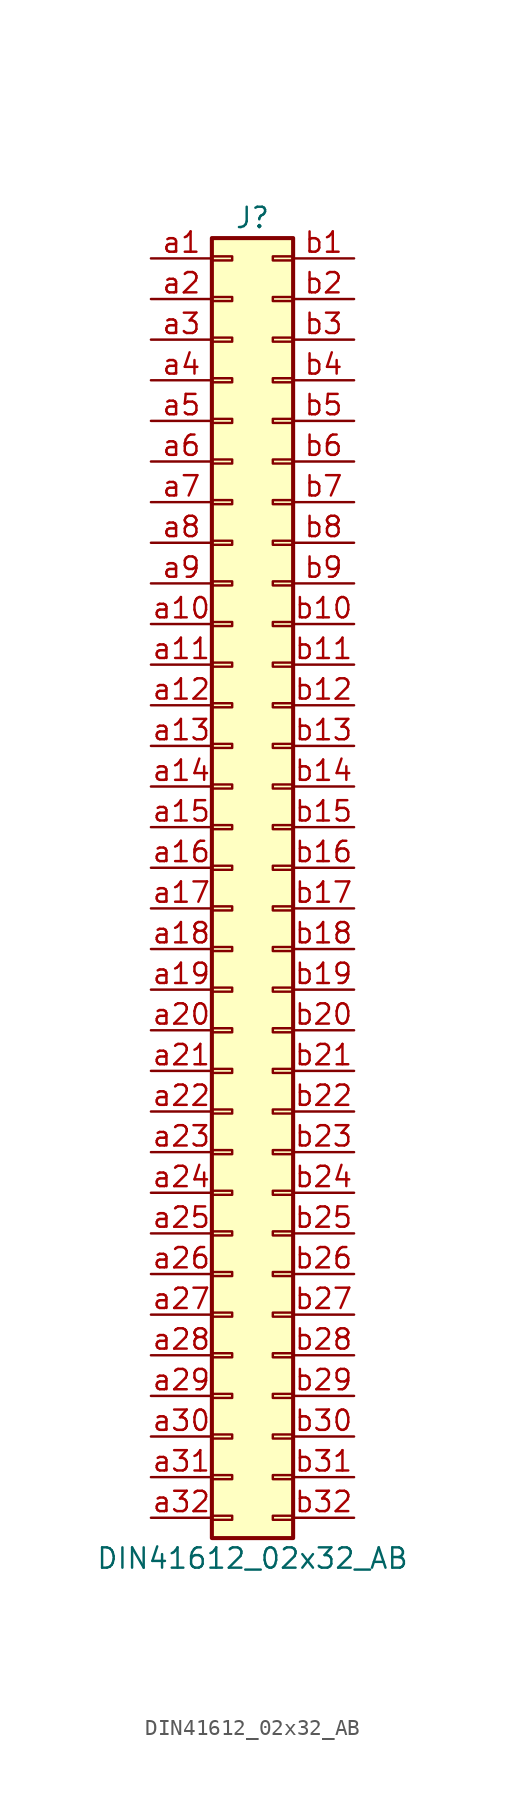
<source format=kicad_sym>
(kicad_symbol_lib
  (version 20220914)
  (generator kicad_symbol_editor)
  (symbol "DIN41612_02x32_AB"
    (pin_names
      (offset 1.016) hide)
    (property "Reference" "J"
      (at 1.27 40.64 0)
      (effects (font (size 1.27 1.27))))
    (property "Value" "DIN41612_02x32_AB"
      (at 1.27 -43.18 0)
      (effects (font (size 1.27 1.27))))
    (symbol "DIN41612_02x32_AB_1_1"
      (rectangle (start -1.27 -40.513) (end 0 -40.767) (stroke (width 0.152) (type default)) (fill (type none)))
      (rectangle (start -1.27 -37.973) (end 0 -38.227) (stroke (width 0.152) (type default)) (fill (type none)))
      (rectangle (start -1.27 -35.433) (end 0 -35.687) (stroke (width 0.152) (type default)) (fill (type none)))
      (rectangle (start -1.27 -32.893) (end 0 -33.147) (stroke (width 0.152) (type default)) (fill (type none)))
      (rectangle (start -1.27 -30.353) (end 0 -30.607) (stroke (width 0.152) (type default)) (fill (type none)))
      (rectangle (start -1.27 -27.813) (end 0 -28.067) (stroke (width 0.152) (type default)) (fill (type none)))
      (rectangle (start -1.27 -25.273) (end 0 -25.527) (stroke (width 0.152) (type default)) (fill (type none)))
      (rectangle (start -1.27 -22.733) (end 0 -22.987) (stroke (width 0.152) (type default)) (fill (type none)))
      (rectangle (start -1.27 -20.193) (end 0 -20.447) (stroke (width 0.152) (type default)) (fill (type none)))
      (rectangle (start -1.27 -17.653) (end 0 -17.907) (stroke (width 0.152) (type default)) (fill (type none)))
      (rectangle (start -1.27 -15.113) (end 0 -15.367) (stroke (width 0.152) (type default)) (fill (type none)))
      (rectangle (start -1.27 -12.573) (end 0 -12.827) (stroke (width 0.152) (type default)) (fill (type none)))
      (rectangle (start -1.27 -10.033) (end 0 -10.287) (stroke (width 0.152) (type default)) (fill (type none)))
      (rectangle (start -1.27 -7.493) (end 0 -7.747) (stroke (width 0.152) (type default)) (fill (type none)))
      (rectangle (start -1.27 -4.953) (end 0 -5.207) (stroke (width 0.152) (type default)) (fill (type none)))
      (rectangle (start -1.27 -2.413) (end 0 -2.667) (stroke (width 0.152) (type default)) (fill (type none)))
      (rectangle (start -1.27 0.127) (end 0 -0.127) (stroke (width 0.152) (type default)) (fill (type none)))
      (rectangle (start -1.27 2.667) (end 0 2.413) (stroke (width 0.152) (type default)) (fill (type none)))
      (rectangle (start -1.27 5.207) (end 0 4.953) (stroke (width 0.152) (type default)) (fill (type none)))
      (rectangle (start -1.27 7.747) (end 0 7.493) (stroke (width 0.152) (type default)) (fill (type none)))
      (rectangle (start -1.27 10.287) (end 0 10.033) (stroke (width 0.152) (type default)) (fill (type none)))
      (rectangle (start -1.27 12.827) (end 0 12.573) (stroke (width 0.152) (type default)) (fill (type none)))
      (rectangle (start -1.27 15.367) (end 0 15.113) (stroke (width 0.152) (type default)) (fill (type none)))
      (rectangle (start -1.27 17.907) (end 0 17.653) (stroke (width 0.152) (type default)) (fill (type none)))
      (rectangle (start -1.27 20.447) (end 0 20.193) (stroke (width 0.152) (type default)) (fill (type none)))
      (rectangle (start -1.27 22.987) (end 0 22.733) (stroke (width 0.152) (type default)) (fill (type none)))
      (rectangle (start -1.27 25.527) (end 0 25.273) (stroke (width 0.152) (type default)) (fill (type none)))
      (rectangle (start -1.27 28.067) (end 0 27.813) (stroke (width 0.152) (type default)) (fill (type none)))
      (rectangle (start -1.27 30.607) (end 0 30.353) (stroke (width 0.152) (type default)) (fill (type none)))
      (rectangle (start -1.27 33.147) (end 0 32.893) (stroke (width 0.152) (type default)) (fill (type none)))
      (rectangle (start -1.27 35.687) (end 0 35.433) (stroke (width 0.152) (type default)) (fill (type none)))
      (rectangle (start -1.27 38.227) (end 0 37.973) (stroke (width 0.152) (type default)) (fill (type none)))
      (rectangle (start -1.27 39.37) (end 3.81 -41.91) (stroke (width 0.254) (type default)) (fill (type background)))
      (rectangle (start 3.81 -40.513) (end 2.54 -40.767) (stroke (width 0.152) (type default)) (fill (type none)))
      (rectangle (start 3.81 -37.973) (end 2.54 -38.227) (stroke (width 0.152) (type default)) (fill (type none)))
      (rectangle (start 3.81 -35.433) (end 2.54 -35.687) (stroke (width 0.152) (type default)) (fill (type none)))
      (rectangle (start 3.81 -32.893) (end 2.54 -33.147) (stroke (width 0.152) (type default)) (fill (type none)))
      (rectangle (start 3.81 -30.353) (end 2.54 -30.607) (stroke (width 0.152) (type default)) (fill (type none)))
      (rectangle (start 3.81 -27.813) (end 2.54 -28.067) (stroke (width 0.152) (type default)) (fill (type none)))
      (rectangle (start 3.81 -25.273) (end 2.54 -25.527) (stroke (width 0.152) (type default)) (fill (type none)))
      (rectangle (start 3.81 -22.733) (end 2.54 -22.987) (stroke (width 0.152) (type default)) (fill (type none)))
      (rectangle (start 3.81 -20.193) (end 2.54 -20.447) (stroke (width 0.152) (type default)) (fill (type none)))
      (rectangle (start 3.81 -17.653) (end 2.54 -17.907) (stroke (width 0.152) (type default)) (fill (type none)))
      (rectangle (start 3.81 -15.113) (end 2.54 -15.367) (stroke (width 0.152) (type default)) (fill (type none)))
      (rectangle (start 3.81 -12.573) (end 2.54 -12.827) (stroke (width 0.152) (type default)) (fill (type none)))
      (rectangle (start 3.81 -10.033) (end 2.54 -10.287) (stroke (width 0.152) (type default)) (fill (type none)))
      (rectangle (start 3.81 -7.493) (end 2.54 -7.747) (stroke (width 0.152) (type default)) (fill (type none)))
      (rectangle (start 3.81 -4.953) (end 2.54 -5.207) (stroke (width 0.152) (type default)) (fill (type none)))
      (rectangle (start 3.81 -2.413) (end 2.54 -2.667) (stroke (width 0.152) (type default)) (fill (type none)))
      (rectangle (start 3.81 0.127) (end 2.54 -0.127) (stroke (width 0.152) (type default)) (fill (type none)))
      (rectangle (start 3.81 2.667) (end 2.54 2.413) (stroke (width 0.152) (type default)) (fill (type none)))
      (rectangle (start 3.81 5.207) (end 2.54 4.953) (stroke (width 0.152) (type default)) (fill (type none)))
      (rectangle (start 3.81 7.747) (end 2.54 7.493) (stroke (width 0.152) (type default)) (fill (type none)))
      (rectangle (start 3.81 10.287) (end 2.54 10.033) (stroke (width 0.152) (type default)) (fill (type none)))
      (rectangle (start 3.81 12.827) (end 2.54 12.573) (stroke (width 0.152) (type default)) (fill (type none)))
      (rectangle (start 3.81 15.367) (end 2.54 15.113) (stroke (width 0.152) (type default)) (fill (type none)))
      (rectangle (start 3.81 17.907) (end 2.54 17.653) (stroke (width 0.152) (type default)) (fill (type none)))
      (rectangle (start 3.81 20.447) (end 2.54 20.193) (stroke (width 0.152) (type default)) (fill (type none)))
      (rectangle (start 3.81 22.987) (end 2.54 22.733) (stroke (width 0.152) (type default)) (fill (type none)))
      (rectangle (start 3.81 25.527) (end 2.54 25.273) (stroke (width 0.152) (type default)) (fill (type none)))
      (rectangle (start 3.81 28.067) (end 2.54 27.813) (stroke (width 0.152) (type default)) (fill (type none)))
      (rectangle (start 3.81 30.607) (end 2.54 30.353) (stroke (width 0.152) (type default)) (fill (type none)))
      (rectangle (start 3.81 33.147) (end 2.54 32.893) (stroke (width 0.152) (type default)) (fill (type none)))
      (rectangle (start 3.81 35.687) (end 2.54 35.433) (stroke (width 0.152) (type default)) (fill (type none)))
      (rectangle (start 3.81 38.227) (end 2.54 37.973) (stroke (width 0.152) (type default)) (fill (type none)))
      (pin passive line (at -5.08 38.1 0) (length 3.81) (name "Pin_a1" (effects (font (size 1.27 1.27)))) (number "a1" (effects (font (size 1.27 1.27)))))
      (pin passive line (at -5.08 15.24 0) (length 3.81) (name "Pin_a10" (effects (font (size 1.27 1.27)))) (number "a10" (effects (font (size 1.27 1.27)))))
      (pin passive line (at -5.08 12.7 0) (length 3.81) (name "Pin_a11" (effects (font (size 1.27 1.27)))) (number "a11" (effects (font (size 1.27 1.27)))))
      (pin passive line (at -5.08 10.16 0) (length 3.81) (name "Pin_a12" (effects (font (size 1.27 1.27)))) (number "a12" (effects (font (size 1.27 1.27)))))
      (pin passive line (at -5.08 7.62 0) (length 3.81) (name "Pin_a13" (effects (font (size 1.27 1.27)))) (number "a13" (effects (font (size 1.27 1.27)))))
      (pin passive line (at -5.08 5.08 0) (length 3.81) (name "Pin_a14" (effects (font (size 1.27 1.27)))) (number "a14" (effects (font (size 1.27 1.27)))))
      (pin passive line (at -5.08 2.54 0) (length 3.81) (name "Pin_a15" (effects (font (size 1.27 1.27)))) (number "a15" (effects (font (size 1.27 1.27)))))
      (pin passive line (at -5.08 0 0) (length 3.81) (name "Pin_a16" (effects (font (size 1.27 1.27)))) (number "a16" (effects (font (size 1.27 1.27)))))
      (pin passive line (at -5.08 -2.54 0) (length 3.81) (name "Pin_a17" (effects (font (size 1.27 1.27)))) (number "a17" (effects (font (size 1.27 1.27)))))
      (pin passive line (at -5.08 -5.08 0) (length 3.81) (name "Pin_a18" (effects (font (size 1.27 1.27)))) (number "a18" (effects (font (size 1.27 1.27)))))
      (pin passive line (at -5.08 -7.62 0) (length 3.81) (name "Pin_a19" (effects (font (size 1.27 1.27)))) (number "a19" (effects (font (size 1.27 1.27)))))
      (pin passive line (at -5.08 35.56 0) (length 3.81) (name "Pin_a2" (effects (font (size 1.27 1.27)))) (number "a2" (effects (font (size 1.27 1.27)))))
      (pin passive line (at -5.08 -10.16 0) (length 3.81) (name "Pin_a20" (effects (font (size 1.27 1.27)))) (number "a20" (effects (font (size 1.27 1.27)))))
      (pin passive line (at -5.08 -12.7 0) (length 3.81) (name "Pin_a21" (effects (font (size 1.27 1.27)))) (number "a21" (effects (font (size 1.27 1.27)))))
      (pin passive line (at -5.08 -15.24 0) (length 3.81) (name "Pin_a22" (effects (font (size 1.27 1.27)))) (number "a22" (effects (font (size 1.27 1.27)))))
      (pin passive line (at -5.08 -17.78 0) (length 3.81) (name "Pin_a23" (effects (font (size 1.27 1.27)))) (number "a23" (effects (font (size 1.27 1.27)))))
      (pin passive line (at -5.08 -20.32 0) (length 3.81) (name "Pin_a24" (effects (font (size 1.27 1.27)))) (number "a24" (effects (font (size 1.27 1.27)))))
      (pin passive line (at -5.08 -22.86 0) (length 3.81) (name "Pin_a25" (effects (font (size 1.27 1.27)))) (number "a25" (effects (font (size 1.27 1.27)))))
      (pin passive line (at -5.08 -25.4 0) (length 3.81) (name "Pin_a26" (effects (font (size 1.27 1.27)))) (number "a26" (effects (font (size 1.27 1.27)))))
      (pin passive line (at -5.08 -27.94 0) (length 3.81) (name "Pin_a27" (effects (font (size 1.27 1.27)))) (number "a27" (effects (font (size 1.27 1.27)))))
      (pin passive line (at -5.08 -30.48 0) (length 3.81) (name "Pin_a28" (effects (font (size 1.27 1.27)))) (number "a28" (effects (font (size 1.27 1.27)))))
      (pin passive line (at -5.08 -33.02 0) (length 3.81) (name "Pin_a29" (effects (font (size 1.27 1.27)))) (number "a29" (effects (font (size 1.27 1.27)))))
      (pin passive line (at -5.08 33.02 0) (length 3.81) (name "Pin_a3" (effects (font (size 1.27 1.27)))) (number "a3" (effects (font (size 1.27 1.27)))))
      (pin passive line (at -5.08 -35.56 0) (length 3.81) (name "Pin_a30" (effects (font (size 1.27 1.27)))) (number "a30" (effects (font (size 1.27 1.27)))))
      (pin passive line (at -5.08 -38.1 0) (length 3.81) (name "Pin_a31" (effects (font (size 1.27 1.27)))) (number "a31" (effects (font (size 1.27 1.27)))))
      (pin passive line (at -5.08 -40.64 0) (length 3.81) (name "Pin_a32" (effects (font (size 1.27 1.27)))) (number "a32" (effects (font (size 1.27 1.27)))))
      (pin passive line (at -5.08 30.48 0) (length 3.81) (name "Pin_a4" (effects (font (size 1.27 1.27)))) (number "a4" (effects (font (size 1.27 1.27)))))
      (pin passive line (at -5.08 27.94 0) (length 3.81) (name "Pin_a5" (effects (font (size 1.27 1.27)))) (number "a5" (effects (font (size 1.27 1.27)))))
      (pin passive line (at -5.08 25.4 0) (length 3.81) (name "Pin_a6" (effects (font (size 1.27 1.27)))) (number "a6" (effects (font (size 1.27 1.27)))))
      (pin passive line (at -5.08 22.86 0) (length 3.81) (name "Pin_a7" (effects (font (size 1.27 1.27)))) (number "a7" (effects (font (size 1.27 1.27)))))
      (pin passive line (at -5.08 20.32 0) (length 3.81) (name "Pin_a8" (effects (font (size 1.27 1.27)))) (number "a8" (effects (font (size 1.27 1.27)))))
      (pin passive line (at -5.08 17.78 0) (length 3.81) (name "Pin_a9" (effects (font (size 1.27 1.27)))) (number "a9" (effects (font (size 1.27 1.27)))))
      (pin passive line (at 7.62 38.1 180) (length 3.81) (name "Pin_b1" (effects (font (size 1.27 1.27)))) (number "b1" (effects (font (size 1.27 1.27)))))
      (pin passive line (at 7.62 15.24 180) (length 3.81) (name "Pin_b10" (effects (font (size 1.27 1.27)))) (number "b10" (effects (font (size 1.27 1.27)))))
      (pin passive line (at 7.62 12.7 180) (length 3.81) (name "Pin_b11" (effects (font (size 1.27 1.27)))) (number "b11" (effects (font (size 1.27 1.27)))))
      (pin passive line (at 7.62 10.16 180) (length 3.81) (name "Pin_b12" (effects (font (size 1.27 1.27)))) (number "b12" (effects (font (size 1.27 1.27)))))
      (pin passive line (at 7.62 7.62 180) (length 3.81) (name "Pin_b13" (effects (font (size 1.27 1.27)))) (number "b13" (effects (font (size 1.27 1.27)))))
      (pin passive line (at 7.62 5.08 180) (length 3.81) (name "Pin_b14" (effects (font (size 1.27 1.27)))) (number "b14" (effects (font (size 1.27 1.27)))))
      (pin passive line (at 7.62 2.54 180) (length 3.81) (name "Pin_b15" (effects (font (size 1.27 1.27)))) (number "b15" (effects (font (size 1.27 1.27)))))
      (pin passive line (at 7.62 0 180) (length 3.81) (name "Pin_b16" (effects (font (size 1.27 1.27)))) (number "b16" (effects (font (size 1.27 1.27)))))
      (pin passive line (at 7.62 -2.54 180) (length 3.81) (name "Pin_b17" (effects (font (size 1.27 1.27)))) (number "b17" (effects (font (size 1.27 1.27)))))
      (pin passive line (at 7.62 -5.08 180) (length 3.81) (name "Pin_b18" (effects (font (size 1.27 1.27)))) (number "b18" (effects (font (size 1.27 1.27)))))
      (pin passive line (at 7.62 -7.62 180) (length 3.81) (name "Pin_b19" (effects (font (size 1.27 1.27)))) (number "b19" (effects (font (size 1.27 1.27)))))
      (pin passive line (at 7.62 35.56 180) (length 3.81) (name "Pin_b2" (effects (font (size 1.27 1.27)))) (number "b2" (effects (font (size 1.27 1.27)))))
      (pin passive line (at 7.62 -10.16 180) (length 3.81) (name "Pin_b20" (effects (font (size 1.27 1.27)))) (number "b20" (effects (font (size 1.27 1.27)))))
      (pin passive line (at 7.62 -12.7 180) (length 3.81) (name "Pin_b21" (effects (font (size 1.27 1.27)))) (number "b21" (effects (font (size 1.27 1.27)))))
      (pin passive line (at 7.62 -15.24 180) (length 3.81) (name "Pin_b22" (effects (font (size 1.27 1.27)))) (number "b22" (effects (font (size 1.27 1.27)))))
      (pin passive line (at 7.62 -17.78 180) (length 3.81) (name "Pin_b23" (effects (font (size 1.27 1.27)))) (number "b23" (effects (font (size 1.27 1.27)))))
      (pin passive line (at 7.62 -20.32 180) (length 3.81) (name "Pin_b24" (effects (font (size 1.27 1.27)))) (number "b24" (effects (font (size 1.27 1.27)))))
      (pin passive line (at 7.62 -22.86 180) (length 3.81) (name "Pin_b25" (effects (font (size 1.27 1.27)))) (number "b25" (effects (font (size 1.27 1.27)))))
      (pin passive line (at 7.62 -25.4 180) (length 3.81) (name "Pin_b26" (effects (font (size 1.27 1.27)))) (number "b26" (effects (font (size 1.27 1.27)))))
      (pin passive line (at 7.62 -27.94 180) (length 3.81) (name "Pin_b27" (effects (font (size 1.27 1.27)))) (number "b27" (effects (font (size 1.27 1.27)))))
      (pin passive line (at 7.62 -30.48 180) (length 3.81) (name "Pin_b28" (effects (font (size 1.27 1.27)))) (number "b28" (effects (font (size 1.27 1.27)))))
      (pin passive line (at 7.62 -33.02 180) (length 3.81) (name "Pin_b29" (effects (font (size 1.27 1.27)))) (number "b29" (effects (font (size 1.27 1.27)))))
      (pin passive line (at 7.62 33.02 180) (length 3.81) (name "Pin_b3" (effects (font (size 1.27 1.27)))) (number "b3" (effects (font (size 1.27 1.27)))))
      (pin passive line (at 7.62 -35.56 180) (length 3.81) (name "Pin_b30" (effects (font (size 1.27 1.27)))) (number "b30" (effects (font (size 1.27 1.27)))))
      (pin passive line (at 7.62 -38.1 180) (length 3.81) (name "Pin_b31" (effects (font (size 1.27 1.27)))) (number "b31" (effects (font (size 1.27 1.27)))))
      (pin passive line (at 7.62 -40.64 180) (length 3.81) (name "Pin_b32" (effects (font (size 1.27 1.27)))) (number "b32" (effects (font (size 1.27 1.27)))))
      (pin passive line (at 7.62 30.48 180) (length 3.81) (name "Pin_b4" (effects (font (size 1.27 1.27)))) (number "b4" (effects (font (size 1.27 1.27)))))
      (pin passive line (at 7.62 27.94 180) (length 3.81) (name "Pin_b5" (effects (font (size 1.27 1.27)))) (number "b5" (effects (font (size 1.27 1.27)))))
      (pin passive line (at 7.62 25.4 180) (length 3.81) (name "Pin_b6" (effects (font (size 1.27 1.27)))) (number "b6" (effects (font (size 1.27 1.27)))))
      (pin passive line (at 7.62 22.86 180) (length 3.81) (name "Pin_b7" (effects (font (size 1.27 1.27)))) (number "b7" (effects (font (size 1.27 1.27)))))
      (pin passive line (at 7.62 20.32 180) (length 3.81) (name "Pin_b8" (effects (font (size 1.27 1.27)))) (number "b8" (effects (font (size 1.27 1.27)))))
      (pin passive line (at 7.62 17.78 180) (length 3.81) (name "Pin_b9" (effects (font (size 1.27 1.27)))) (number "b9" (effects (font (size 1.27 1.27))))))))
</source>
